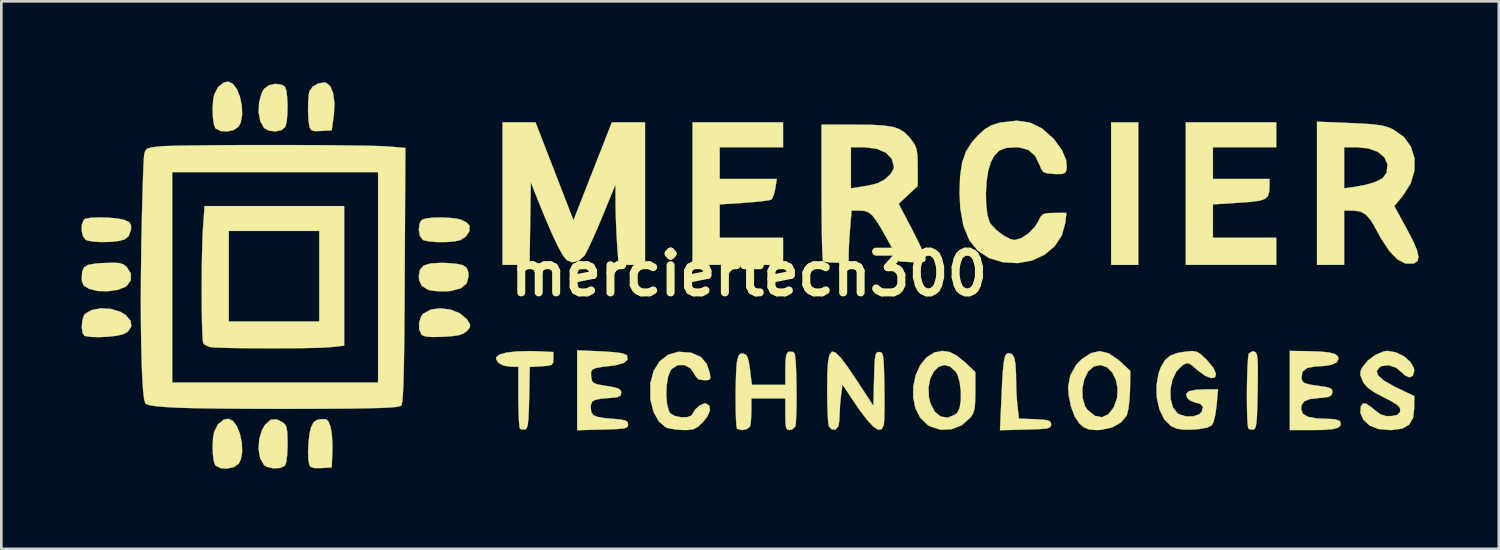
<source format=kicad_pcb>
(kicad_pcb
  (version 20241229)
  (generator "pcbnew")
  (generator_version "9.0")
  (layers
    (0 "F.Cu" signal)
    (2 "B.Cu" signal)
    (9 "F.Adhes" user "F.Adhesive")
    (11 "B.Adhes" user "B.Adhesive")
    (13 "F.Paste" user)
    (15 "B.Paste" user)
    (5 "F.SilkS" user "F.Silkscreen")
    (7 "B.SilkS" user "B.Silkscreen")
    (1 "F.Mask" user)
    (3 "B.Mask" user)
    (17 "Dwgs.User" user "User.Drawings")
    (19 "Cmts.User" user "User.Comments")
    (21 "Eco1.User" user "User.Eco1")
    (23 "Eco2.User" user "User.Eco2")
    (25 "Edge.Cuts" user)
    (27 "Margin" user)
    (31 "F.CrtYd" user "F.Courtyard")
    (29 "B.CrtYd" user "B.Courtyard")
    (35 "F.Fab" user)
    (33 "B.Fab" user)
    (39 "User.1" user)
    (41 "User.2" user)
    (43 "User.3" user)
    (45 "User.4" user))
  (footprint "merciertech300"
    (layer "F.Cu")
    (at 24.984 7.202)
    (property "Reference" "merciertech300" (at 0 0 0) (layer "F.SilkS") (effects (font (size 1.524 1.524) (thickness 0.3))))
    (attr through_hole)
    (fp_poly (pts (xy 14.563 -0.339) (xy 13.547 -0.339) (xy 13.547 -5.673) (xy 14.563 -5.673) (xy 14.563 -0.339)) (stroke (width 0.01) (type solid)) (fill yes) (layer "F.SilkS"))
    (fp_poly (pts (xy 19.727 -4.741) (xy 17.357 -4.741) (xy 17.357 -3.556) (xy 19.473 -3.556) (xy 19.473 -3.296) (xy 19.463 -3.07) (xy 19.414 -2.912) (xy 19.3 -2.807) (xy 19.094 -2.74) (xy 18.77 -2.697) (xy 18.332 -2.665) (xy 17.357 -2.604) (xy 17.357 -1.355) (xy 19.727 -1.355) (xy 19.727 -0.339) (xy 16.341 -0.339) (xy 16.341 -5.673) (xy 19.727 -5.673) (xy 19.727 -4.741)) (stroke (width 0.01) (type solid)) (fill yes) (layer "F.SilkS"))
    (fp_poly (pts (xy 1.27 -4.741) (xy -1.101 -4.741) (xy -1.101 -3.556) (xy 1.038 -3.556) (xy 0.981 -3.199) (xy 0.924 -2.964) (xy 0.851 -2.806) (xy 0.826 -2.781) (xy 0.706 -2.752) (xy 0.456 -2.718) (xy 0.116 -2.685) (xy -0.186 -2.662) (xy -1.101 -2.603) (xy -1.101 -1.355) (xy 1.27 -1.355) (xy 1.27 -0.339) (xy -2.117 -0.339) (xy -2.117 -5.673) (xy 1.27 -5.673) (xy 1.27 -4.741)) (stroke (width 0.01) (type solid)) (fill yes) (layer "F.SilkS"))
    (fp_poly (pts (xy -23.877 1.309) (xy -23.526 1.417) (xy -23.334 1.532) (xy -23.145 1.752) (xy -23.117 1.969) (xy -23.248 2.157) (xy -23.408 2.248) (xy -23.637 2.307) (xy -23.96 2.347) (xy -24.312 2.364) (xy -24.631 2.357) (xy -24.854 2.321) (xy -24.871 2.315) (xy -24.946 2.204) (xy -24.974 1.998) (xy -24.956 1.761) (xy -24.894 1.559) (xy -24.847 1.491) (xy -24.594 1.345) (xy -24.252 1.285) (xy -23.877 1.309)) (stroke (width 0.01) (type solid)) (fill yes) (layer "F.SilkS"))
    (fp_poly (pts (xy -19.32 -7.119) (xy -19.169 -6.915) (xy -19.053 -6.626) (xy -18.984 -6.294) (xy -18.972 -5.96) (xy -19.025 -5.667) (xy -19.097 -5.522) (xy -19.274 -5.392) (xy -19.527 -5.332) (xy -19.783 -5.349) (xy -19.971 -5.448) (xy -19.977 -5.456) (xy -20.033 -5.61) (xy -20.067 -5.874) (xy -20.077 -6.187) (xy -20.06 -6.489) (xy -20.02 -6.709) (xy -19.872 -6.995) (xy -19.655 -7.165) (xy -19.498 -7.197) (xy -19.32 -7.119)) (stroke (width 0.01) (type solid)) (fill yes) (layer "F.SilkS"))
    (fp_poly (pts (xy -19.32 5.496) (xy -19.169 5.7) (xy -19.053 5.989) (xy -18.984 6.321) (xy -18.972 6.655) (xy -19.025 6.949) (xy -19.097 7.093) (xy -19.274 7.224) (xy -19.527 7.283) (xy -19.783 7.266) (xy -19.971 7.167) (xy -19.977 7.16) (xy -20.033 7.005) (xy -20.067 6.742) (xy -20.077 6.429) (xy -20.06 6.126) (xy -20.02 5.907) (xy -19.872 5.62) (xy -19.655 5.451) (xy -19.498 5.419) (xy -19.32 5.496)) (stroke (width 0.01) (type solid)) (fill yes) (layer "F.SilkS"))
    (fp_poly (pts (xy -17.481 -7.079) (xy -17.374 -7.01) (xy -17.321 -6.873) (xy -17.287 -6.619) (xy -17.273 -6.303) (xy -17.28 -5.977) (xy -17.307 -5.694) (xy -17.356 -5.505) (xy -17.36 -5.498) (xy -17.508 -5.378) (xy -17.739 -5.333) (xy -17.983 -5.367) (xy -18.152 -5.464) (xy -18.292 -5.709) (xy -18.355 -6.046) (xy -18.339 -6.416) (xy -18.245 -6.761) (xy -18.156 -6.924) (xy -17.973 -7.061) (xy -17.723 -7.115) (xy -17.481 -7.079)) (stroke (width 0.01) (type solid)) (fill yes) (layer "F.SilkS"))
    (fp_poly (pts (xy -17.46 5.55) (xy -17.366 5.633) (xy -17.31 5.747) (xy -17.282 5.933) (xy -17.273 6.232) (xy -17.272 6.38) (xy -17.285 6.77) (xy -17.321 7.047) (xy -17.374 7.18) (xy -17.555 7.262) (xy -17.806 7.275) (xy -18.044 7.22) (xy -18.152 7.152) (xy -18.298 6.899) (xy -18.358 6.557) (xy -18.334 6.182) (xy -18.226 5.83) (xy -18.11 5.639) (xy -17.903 5.457) (xy -17.681 5.439) (xy -17.46 5.55)) (stroke (width 0.01) (type solid)) (fill yes) (layer "F.SilkS"))
    (fp_poly (pts (xy -15.825 -7.152) (xy -15.668 -7.018) (xy -15.564 -6.754) (xy -15.518 -6.392) (xy -15.538 -5.963) (xy -15.545 -5.909) (xy -15.621 -5.376) (xy -16.012 -5.351) (xy -16.256 -5.345) (xy -16.383 -5.382) (xy -16.444 -5.482) (xy -16.456 -5.52) (xy -16.49 -5.752) (xy -16.505 -6.078) (xy -16.502 -6.423) (xy -16.48 -6.714) (xy -16.459 -6.827) (xy -16.335 -7.008) (xy -16.117 -7.133) (xy -15.879 -7.164) (xy -15.825 -7.152)) (stroke (width 0.01) (type solid)) (fill yes) (layer "F.SilkS"))
    (fp_poly (pts (xy -15.748 5.506) (xy -15.673 5.695) (xy -15.663 5.731) (xy -15.617 5.986) (xy -15.593 6.331) (xy -15.594 6.646) (xy -15.621 7.239) (xy -16.012 7.264) (xy -16.274 7.265) (xy -16.412 7.217) (xy -16.457 7.152) (xy -16.496 6.937) (xy -16.505 6.621) (xy -16.487 6.268) (xy -16.445 5.943) (xy -16.399 5.757) (xy -16.301 5.55) (xy -16.16 5.457) (xy -16.028 5.435) (xy -15.848 5.434) (xy -15.748 5.506)) (stroke (width 0.01) (type solid)) (fill yes) (layer "F.SilkS"))
    (fp_poly (pts (xy -11.346 -0.411) (xy -10.958 -0.382) (xy -10.709 -0.328) (xy -10.57 -0.23) (xy -10.51 -0.07) (xy -10.5 0.093) (xy -10.572 0.357) (xy -10.79 0.537) (xy -11.157 0.635) (xy -11.327 0.65) (xy -11.635 0.649) (xy -11.904 0.619) (xy -12.02 0.588) (xy -12.249 0.444) (xy -12.348 0.235) (xy -12.36 0.077) (xy -12.32 -0.156) (xy -12.183 -0.31) (xy -11.931 -0.393) (xy -11.543 -0.416) (xy -11.346 -0.411)) (stroke (width 0.01) (type solid)) (fill yes) (layer "F.SilkS"))
    (fp_poly (pts (xy -11.178 1.333) (xy -10.831 1.469) (xy -10.57 1.685) (xy -10.534 1.734) (xy -10.441 1.898) (xy -10.452 2.007) (xy -10.566 2.137) (xy -10.692 2.232) (xy -10.866 2.293) (xy -11.134 2.33) (xy -11.447 2.351) (xy -11.85 2.361) (xy -12.108 2.34) (xy -12.246 2.286) (xy -12.255 2.277) (xy -12.348 2.076) (xy -12.35 1.816) (xy -12.267 1.574) (xy -12.195 1.485) (xy -11.913 1.333) (xy -11.556 1.285) (xy -11.178 1.333)) (stroke (width 0.01) (type solid)) (fill yes) (layer "F.SilkS"))
    (fp_poly (pts (xy -23.978 -2.107) (xy -23.647 -2.077) (xy -23.398 -2.029) (xy -23.376 -2.022) (xy -23.191 -1.935) (xy -23.127 -1.812) (xy -23.131 -1.664) (xy -23.219 -1.413) (xy -23.368 -1.294) (xy -23.579 -1.235) (xy -23.887 -1.201) (xy -24.231 -1.192) (xy -24.549 -1.21) (xy -24.782 -1.256) (xy -24.828 -1.277) (xy -24.932 -1.415) (xy -24.979 -1.631) (xy -24.968 -1.857) (xy -24.897 -2.026) (xy -24.843 -2.065) (xy -24.639 -2.103) (xy -24.33 -2.116) (xy -23.978 -2.107)) (stroke (width 0.01) (type solid)) (fill yes) (layer "F.SilkS"))
    (fp_poly (pts (xy -23.57 -0.408) (xy -23.425 -0.365) (xy -23.313 -0.283) (xy -23.292 -0.263) (xy -23.138 -0.017) (xy -23.136 0.231) (xy -23.286 0.444) (xy -23.333 0.479) (xy -23.621 0.594) (xy -23.993 0.648) (xy -24.376 0.638) (xy -24.695 0.559) (xy -24.701 0.556) (xy -24.893 0.441) (xy -24.967 0.288) (xy -24.975 0.152) (xy -24.958 -0.09) (xy -24.887 -0.248) (xy -24.733 -0.34) (xy -24.465 -0.389) (xy -24.142 -0.41) (xy -23.794 -0.42) (xy -23.57 -0.408)) (stroke (width 0.01) (type solid)) (fill yes) (layer "F.SilkS"))
    (fp_poly (pts (xy -11.202 -2.1) (xy -10.908 -2.062) (xy -10.772 -2.026) (xy -10.576 -1.926) (xy -10.464 -1.811) (xy -10.463 -1.808) (xy -10.467 -1.606) (xy -10.594 -1.405) (xy -10.806 -1.266) (xy -11.031 -1.217) (xy -11.343 -1.193) (xy -11.68 -1.193) (xy -11.983 -1.218) (xy -12.19 -1.265) (xy -12.213 -1.277) (xy -12.319 -1.423) (xy -12.361 -1.65) (xy -12.334 -1.88) (xy -12.26 -2.015) (xy -12.117 -2.072) (xy -11.858 -2.105) (xy -11.535 -2.114) (xy -11.202 -2.1)) (stroke (width 0.01) (type solid)) (fill yes) (layer "F.SilkS"))
    (fp_poly (pts (xy 18.917 2.907) (xy 18.967 2.944) (xy 19.003 3.027) (xy 19.025 3.179) (xy 19.037 3.424) (xy 19.038 3.787) (xy 19.032 4.292) (xy 19.031 4.379) (xy 19.02 4.909) (xy 19.006 5.294) (xy 18.987 5.554) (xy 18.959 5.714) (xy 18.921 5.796) (xy 18.877 5.823) (xy 18.726 5.812) (xy 18.686 5.788) (xy 18.662 5.682) (xy 18.644 5.442) (xy 18.634 5.104) (xy 18.629 4.704) (xy 18.63 4.276) (xy 18.638 3.857) (xy 18.651 3.481) (xy 18.669 3.186) (xy 18.693 3.005) (xy 18.704 2.972) (xy 18.836 2.896) (xy 18.917 2.907)) (stroke (width 0.01) (type solid)) (fill yes) (layer "F.SilkS"))
    (fp_poly (pts (xy 9.846 3.003) (xy 9.924 3.136) (xy 9.969 3.386) (xy 9.989 3.775) (xy 9.99 3.937) (xy 9.999 4.322) (xy 10.022 4.714) (xy 10.045 4.971) (xy 10.098 5.412) (xy 10.701 5.436) (xy 11.016 5.454) (xy 11.198 5.483) (xy 11.281 5.535) (xy 11.303 5.62) (xy 11.303 5.63) (xy 11.292 5.704) (xy 11.238 5.754) (xy 11.114 5.786) (xy 10.89 5.805) (xy 10.538 5.819) (xy 10.346 5.824) (xy 9.388 5.848) (xy 9.44 4.681) (xy 9.467 4.097) (xy 9.493 3.662) (xy 9.522 3.353) (xy 9.557 3.15) (xy 9.602 3.032) (xy 9.659 2.976) (xy 9.731 2.963) (xy 9.846 3.003)) (stroke (width 0.01) (type solid)) (fill yes) (layer "F.SilkS"))
    (fp_poly (pts (xy -7.916 2.894) (xy -7.324 2.921) (xy -7.324 3.175) (xy -7.333 3.324) (xy -7.391 3.402) (xy -7.539 3.438) (xy -7.766 3.455) (xy -8.208 3.48) (xy -8.231 4.639) (xy -8.244 5.113) (xy -8.261 5.444) (xy -8.286 5.655) (xy -8.322 5.771) (xy -8.373 5.819) (xy -8.386 5.823) (xy -8.537 5.812) (xy -8.577 5.788) (xy -8.599 5.686) (xy -8.617 5.448) (xy -8.63 5.106) (xy -8.636 4.696) (xy -8.636 4.6) (xy -8.636 3.471) (xy -8.916 3.471) (xy -9.188 3.431) (xy -9.385 3.326) (xy -9.47 3.183) (xy -9.459 3.109) (xy -9.339 3.014) (xy -9.075 2.942) (xy -8.693 2.898) (xy -8.219 2.886) (xy -7.916 2.894)) (stroke (width 0.01) (type solid)) (fill yes) (layer "F.SilkS"))
    (fp_poly (pts (xy -3.895 -5.673) (xy -3.895 -0.339) (xy -4.885 -0.339) (xy -4.94 -1.114) (xy -4.967 -1.581) (xy -4.988 -2.099) (xy -4.997 -2.564) (xy -4.998 -2.617) (xy -5 -3.344) (xy -5.506 -2.117) (xy -5.691 -1.676) (xy -5.868 -1.277) (xy -6.02 -0.953) (xy -6.132 -0.735) (xy -6.168 -0.677) (xy -6.38 -0.492) (xy -6.618 -0.436) (xy -6.827 -0.518) (xy -6.965 -0.691) (xy -7.148 -1.02) (xy -7.375 -1.498) (xy -7.642 -2.118) (xy -7.797 -2.498) (xy -8.17 -3.429) (xy -8.193 -1.884) (xy -8.216 -0.339) (xy -9.229 -0.339) (xy -9.229 -5.673) (xy -7.993 -5.673) (xy -6.573 -2.01) (xy -5.855 -3.841) (xy -5.137 -5.673) (xy -4.516 -5.673) (xy -3.895 -5.673)) (stroke (width 0.01) (type solid)) (fill yes) (layer "F.SilkS"))
    (fp_poly (pts (xy -15.155 2.685) (xy -15.676 2.74) (xy -15.91 2.755) (xy -16.267 2.767) (xy -16.718 2.776) (xy -17.233 2.781) (xy -17.784 2.783) (xy -18.341 2.782) (xy -18.875 2.778) (xy -19.357 2.771) (xy -19.756 2.761) (xy -20.045 2.748) (xy -20.193 2.732) (xy -20.362 2.653) (xy -20.425 2.594) (xy -20.445 2.479) (xy -20.461 2.223) (xy -20.474 1.853) (xy -20.482 1.396) (xy -20.486 0.88) (xy -20.486 0.332) (xy -20.482 -0.22) (xy -20.473 -0.748) (xy -20.46 -1.226) (xy -20.444 -1.609) (xy -19.473 -1.609) (xy -19.473 1.778) (xy -16.087 1.778) (xy -16.087 -1.609) (xy -19.473 -1.609) (xy -20.444 -1.609) (xy -20.443 -1.625) (xy -20.434 -1.765) (xy -20.379 -2.54) (xy -15.155 -2.54) (xy -15.155 2.685)) (stroke (width 0.01) (type solid)) (fill yes) (layer "F.SilkS"))
    (fp_poly (pts (xy 13.46 2.971) (xy 13.819 3.215) (xy 13.913 3.3) (xy 14.266 3.63) (xy 14.254 4.346) (xy 14.234 4.721) (xy 14.193 5.051) (xy 14.138 5.278) (xy 14.127 5.304) (xy 13.919 5.557) (xy 13.589 5.74) (xy 13.178 5.834) (xy 13.011 5.842) (xy 12.723 5.821) (xy 12.52 5.737) (xy 12.366 5.605) (xy 12.184 5.335) (xy 12.041 4.953) (xy 11.955 4.516) (xy 11.941 4.281) (xy 12.472 4.281) (xy 12.479 4.639) (xy 12.574 4.954) (xy 12.669 5.093) (xy 12.941 5.31) (xy 13.206 5.361) (xy 13.45 5.246) (xy 13.646 4.989) (xy 13.769 4.644) (xy 13.791 4.293) (xy 13.726 3.964) (xy 13.589 3.687) (xy 13.394 3.493) (xy 13.155 3.41) (xy 12.907 3.458) (xy 12.693 3.64) (xy 12.546 3.932) (xy 12.472 4.281) (xy 11.941 4.281) (xy 11.938 4.226) (xy 12.017 3.8) (xy 12.237 3.405) (xy 12.441 3.192) (xy 12.792 2.961) (xy 13.124 2.887) (xy 13.46 2.971)) (stroke (width 0.01) (type solid)) (fill yes) (layer "F.SilkS"))
    (fp_poly (pts (xy 20.892 2.889) (xy 21.378 2.905) (xy 21.717 2.94) (xy 21.929 2.998) (xy 22.034 3.086) (xy 22.056 3.175) (xy 21.994 3.307) (xy 21.8 3.397) (xy 21.461 3.448) (xy 21.198 3.461) (xy 20.881 3.518) (xy 20.706 3.665) (xy 20.672 3.904) (xy 20.673 3.911) (xy 20.707 4.018) (xy 20.796 4.088) (xy 20.979 4.138) (xy 21.277 4.184) (xy 21.581 4.23) (xy 21.751 4.276) (xy 21.822 4.339) (xy 21.827 4.434) (xy 21.827 4.438) (xy 21.788 4.543) (xy 21.679 4.602) (xy 21.46 4.633) (xy 21.339 4.641) (xy 20.987 4.681) (xy 20.775 4.765) (xy 20.676 4.909) (xy 20.659 5.05) (xy 20.719 5.227) (xy 20.907 5.343) (xy 21.236 5.405) (xy 21.586 5.419) (xy 21.913 5.436) (xy 22.088 5.491) (xy 22.125 5.535) (xy 22.136 5.663) (xy 22.046 5.752) (xy 21.836 5.808) (xy 21.488 5.836) (xy 21.107 5.842) (xy 20.235 5.842) (xy 20.235 2.879) (xy 20.892 2.889)) (stroke (width 0.01) (type solid)) (fill yes) (layer "F.SilkS"))
    (fp_poly (pts (xy 7.505 2.919) (xy 7.773 3.056) (xy 8.085 3.311) (xy 8.149 3.372) (xy 8.467 3.675) (xy 8.467 4.408) (xy 8.46 4.788) (xy 8.435 5.043) (xy 8.383 5.218) (xy 8.295 5.36) (xy 8.29 5.367) (xy 7.966 5.656) (xy 7.577 5.813) (xy 7.163 5.831) (xy 6.766 5.702) (xy 6.68 5.65) (xy 6.4 5.377) (xy 6.222 5.024) (xy 6.139 4.621) (xy 6.144 4.237) (xy 6.714 4.237) (xy 6.729 4.604) (xy 6.785 4.842) (xy 6.948 5.156) (xy 7.175 5.338) (xy 7.439 5.376) (xy 7.71 5.261) (xy 7.789 5.195) (xy 7.878 5.016) (xy 7.922 4.729) (xy 7.922 4.39) (xy 7.88 4.054) (xy 7.798 3.775) (xy 7.739 3.668) (xy 7.519 3.464) (xy 7.297 3.407) (xy 7.089 3.477) (xy 6.911 3.652) (xy 6.78 3.913) (xy 6.714 4.237) (xy 6.144 4.237) (xy 6.144 4.2) (xy 6.233 3.79) (xy 6.397 3.423) (xy 6.632 3.128) (xy 6.931 2.937) (xy 7.24 2.879) (xy 7.505 2.919)) (stroke (width 0.01) (type solid)) (fill yes) (layer "F.SilkS"))
    (fp_poly (pts (xy -5.538 2.896) (xy -5.088 2.924) (xy -4.787 2.962) (xy -4.617 3.014) (xy -4.567 3.056) (xy -4.548 3.207) (xy -4.687 3.328) (xy -4.978 3.412) (xy -5.124 3.433) (xy -5.499 3.479) (xy -5.735 3.522) (xy -5.863 3.578) (xy -5.913 3.66) (xy -5.915 3.786) (xy -5.911 3.834) (xy -5.888 3.981) (xy -5.83 4.07) (xy -5.696 4.126) (xy -5.448 4.174) (xy -5.334 4.191) (xy -5.033 4.245) (xy -4.865 4.301) (xy -4.794 4.376) (xy -4.784 4.445) (xy -4.812 4.553) (xy -4.926 4.61) (xy -5.165 4.637) (xy -5.529 4.666) (xy -5.756 4.71) (xy -5.877 4.785) (xy -5.922 4.905) (xy -5.927 4.992) (xy -5.908 5.166) (xy -5.832 5.281) (xy -5.667 5.352) (xy -5.383 5.397) (xy -5.122 5.419) (xy -4.81 5.446) (xy -4.63 5.483) (xy -4.549 5.54) (xy -4.53 5.63) (xy -4.53 5.63) (xy -4.541 5.704) (xy -4.595 5.754) (xy -4.719 5.786) (xy -4.944 5.805) (xy -5.297 5.819) (xy -5.482 5.824) (xy -6.435 5.848) (xy -6.435 2.856) (xy -5.538 2.896)) (stroke (width 0.01) (type solid)) (fill yes) (layer "F.SilkS"))
    (fp_poly (pts (xy 1.644 2.919) (xy 1.701 2.972) (xy 1.726 3.095) (xy 1.747 3.35) (xy 1.763 3.699) (xy 1.772 4.107) (xy 1.776 4.535) (xy 1.774 4.947) (xy 1.765 5.305) (xy 1.749 5.572) (xy 1.727 5.708) (xy 1.609 5.821) (xy 1.515 5.842) (xy 1.43 5.824) (xy 1.382 5.744) (xy 1.36 5.568) (xy 1.355 5.26) (xy 1.355 5.249) (xy 1.355 4.657) (xy 0.085 4.657) (xy 0.085 5.115) (xy 0.076 5.399) (xy 0.052 5.627) (xy 0.033 5.708) (xy -0.081 5.807) (xy -0.266 5.844) (xy -0.43 5.803) (xy -0.452 5.786) (xy -0.474 5.681) (xy -0.491 5.445) (xy -0.501 5.113) (xy -0.506 4.724) (xy -0.504 4.313) (xy -0.495 3.919) (xy -0.481 3.577) (xy -0.46 3.326) (xy -0.453 3.276) (xy -0.401 3.065) (xy -0.321 2.982) (xy -0.221 2.98) (xy -0.122 3.017) (xy -0.055 3.119) (xy -0.006 3.323) (xy 0.031 3.577) (xy 0.104 4.149) (xy 1.355 4.149) (xy 1.355 3.553) (xy 1.363 3.222) (xy 1.394 3.024) (xy 1.454 2.926) (xy 1.49 2.906) (xy 1.644 2.919)) (stroke (width 0.01) (type solid)) (fill yes) (layer "F.SilkS"))
    (fp_poly (pts (xy 3.24 2.947) (xy 3.435 3.143) (xy 3.695 3.489) (xy 4.029 3.985) (xy 4.075 4.055) (xy 4.651 4.935) (xy 4.675 3.928) (xy 4.687 3.501) (xy 4.702 3.215) (xy 4.727 3.043) (xy 4.765 2.955) (xy 4.824 2.924) (xy 4.868 2.921) (xy 4.934 2.93) (xy 4.98 2.974) (xy 5.012 3.077) (xy 5.033 3.266) (xy 5.047 3.564) (xy 5.058 3.998) (xy 5.062 4.191) (xy 5.067 4.652) (xy 5.066 5.066) (xy 5.059 5.395) (xy 5.046 5.606) (xy 5.039 5.652) (xy 4.961 5.809) (xy 4.832 5.832) (xy 4.65 5.714) (xy 4.408 5.454) (xy 4.102 5.046) (xy 3.89 4.735) (xy 3.495 4.141) (xy 3.441 4.538) (xy 3.407 4.862) (xy 3.388 5.18) (xy 3.387 5.254) (xy 3.373 5.502) (xy 3.341 5.691) (xy 3.335 5.708) (xy 3.224 5.827) (xy 3.081 5.813) (xy 2.982 5.694) (xy 2.96 5.559) (xy 2.942 5.29) (xy 2.929 4.92) (xy 2.922 4.484) (xy 2.921 4.301) (xy 2.928 3.713) (xy 2.954 3.285) (xy 3.008 3.016) (xy 3.101 2.904) (xy 3.24 2.947)) (stroke (width 0.01) (type solid)) (fill yes) (layer "F.SilkS"))
    (fp_poly (pts (xy -2.188 2.945) (xy -2.13 2.96) (xy -1.799 3.111) (xy -1.584 3.369) (xy -1.472 3.709) (xy -1.448 3.894) (xy -1.505 3.967) (xy -1.685 3.979) (xy -1.685 3.979) (xy -1.898 3.943) (xy -2.015 3.809) (xy -2.03 3.773) (xy -2.191 3.534) (xy -2.418 3.411) (xy -2.665 3.411) (xy -2.884 3.544) (xy -2.94 3.616) (xy -3.033 3.85) (xy -3.086 4.173) (xy -3.099 4.529) (xy -3.072 4.864) (xy -3.004 5.123) (xy -2.943 5.221) (xy -2.774 5.316) (xy -2.546 5.363) (xy -2.321 5.358) (xy -2.164 5.3) (xy -2.133 5.256) (xy -2.019 5.07) (xy -1.843 4.915) (xy -1.667 4.842) (xy -1.625 4.843) (xy -1.484 4.933) (xy -1.465 5.108) (xy -1.564 5.337) (xy -1.72 5.535) (xy -1.91 5.717) (xy -2.079 5.808) (xy -2.303 5.839) (xy -2.465 5.841) (xy -2.767 5.821) (xy -3.03 5.771) (xy -3.128 5.735) (xy -3.381 5.518) (xy -3.573 5.172) (xy -3.687 4.73) (xy -3.698 4.639) (xy -3.695 4.09) (xy -3.574 3.628) (xy -3.349 3.268) (xy -3.033 3.024) (xy -2.642 2.912) (xy -2.188 2.945)) (stroke (width 0.01) (type solid)) (fill yes) (layer "F.SilkS"))
    (fp_poly (pts (xy 22.487 -5.648) (xy 22.995 -5.625) (xy 23.369 -5.597) (xy 23.645 -5.56) (xy 23.857 -5.509) (xy 24.04 -5.439) (xy 24.115 -5.403) (xy 24.505 -5.124) (xy 24.768 -4.756) (xy 24.901 -4.326) (xy 24.898 -3.861) (xy 24.758 -3.39) (xy 24.474 -2.938) (xy 24.472 -2.936) (xy 24.144 -2.539) (xy 24.603 -1.703) (xy 24.846 -1.237) (xy 24.994 -0.891) (xy 25.051 -0.649) (xy 25.02 -0.492) (xy 24.903 -0.405) (xy 24.856 -0.39) (xy 24.559 -0.39) (xy 24.263 -0.544) (xy 23.961 -0.854) (xy 23.65 -1.326) (xy 23.484 -1.633) (xy 23.276 -1.996) (xy 23.081 -2.222) (xy 22.868 -2.338) (xy 22.606 -2.371) (xy 22.267 -2.371) (xy 22.267 -0.339) (xy 21.251 -0.339) (xy 21.251 -3.207) (xy 22.267 -3.207) (xy 22.669 -3.26) (xy 23.007 -3.322) (xy 23.348 -3.413) (xy 23.425 -3.439) (xy 23.705 -3.583) (xy 23.851 -3.776) (xy 23.858 -3.794) (xy 23.89 -4.101) (xy 23.773 -4.365) (xy 23.526 -4.57) (xy 23.165 -4.7) (xy 22.754 -4.741) (xy 22.267 -4.741) (xy 22.267 -3.207) (xy 21.251 -3.207) (xy 21.251 -5.699) (xy 22.487 -5.648)) (stroke (width 0.01) (type solid)) (fill yes) (layer "F.SilkS"))
    (fp_poly (pts (xy 24.209 2.935) (xy 24.508 3.083) (xy 24.746 3.289) (xy 24.878 3.521) (xy 24.892 3.616) (xy 24.841 3.808) (xy 24.71 3.869) (xy 24.537 3.793) (xy 24.439 3.695) (xy 24.203 3.503) (xy 23.927 3.416) (xy 23.668 3.449) (xy 23.59 3.494) (xy 23.487 3.638) (xy 23.54 3.802) (xy 23.754 3.99) (xy 24.131 4.206) (xy 24.256 4.267) (xy 24.892 4.569) (xy 24.892 4.998) (xy 24.847 5.381) (xy 24.701 5.64) (xy 24.439 5.788) (xy 24.045 5.841) (xy 23.986 5.842) (xy 23.549 5.802) (xy 23.224 5.676) (xy 23.222 5.675) (xy 22.993 5.464) (xy 22.875 5.205) (xy 22.891 4.953) (xy 22.966 4.847) (xy 23.088 4.854) (xy 23.28 4.981) (xy 23.403 5.085) (xy 23.634 5.256) (xy 23.845 5.32) (xy 24.02 5.318) (xy 24.245 5.278) (xy 24.347 5.188) (xy 24.367 5.113) (xy 24.354 5.011) (xy 24.265 4.909) (xy 24.073 4.785) (xy 23.751 4.618) (xy 23.747 4.616) (xy 23.394 4.429) (xy 23.165 4.269) (xy 23.02 4.109) (xy 22.962 4.005) (xy 22.877 3.796) (xy 22.877 3.646) (xy 22.95 3.489) (xy 23.158 3.235) (xy 23.447 3.024) (xy 23.751 2.897) (xy 23.894 2.879) (xy 24.209 2.935)) (stroke (width 0.01) (type solid)) (fill yes) (layer "F.SilkS"))
    (fp_poly (pts (xy 16.739 2.906) (xy 16.889 2.995) (xy 17.083 3.175) (xy 17.146 3.238) (xy 17.38 3.522) (xy 17.47 3.738) (xy 17.436 3.87) (xy 17.295 3.9) (xy 17.066 3.813) (xy 16.767 3.591) (xy 16.764 3.589) (xy 16.565 3.415) (xy 16.438 3.341) (xy 16.333 3.352) (xy 16.207 3.426) (xy 15.987 3.651) (xy 15.84 3.965) (xy 15.768 4.322) (xy 15.774 4.679) (xy 15.86 4.99) (xy 16.031 5.213) (xy 16.09 5.251) (xy 16.35 5.331) (xy 16.623 5.328) (xy 16.847 5.249) (xy 16.938 5.156) (xy 16.985 4.976) (xy 16.886 4.863) (xy 16.688 4.812) (xy 16.49 4.73) (xy 16.392 4.633) (xy 16.354 4.487) (xy 16.461 4.388) (xy 16.718 4.334) (xy 17.051 4.319) (xy 17.55 4.318) (xy 17.493 4.931) (xy 17.445 5.279) (xy 17.378 5.543) (xy 17.312 5.669) (xy 17.141 5.75) (xy 16.833 5.806) (xy 16.616 5.823) (xy 16.262 5.827) (xy 16.016 5.792) (xy 15.819 5.708) (xy 15.782 5.686) (xy 15.534 5.439) (xy 15.357 5.076) (xy 15.258 4.641) (xy 15.244 4.176) (xy 15.322 3.722) (xy 15.404 3.499) (xy 15.56 3.228) (xy 15.758 3.055) (xy 16.044 2.953) (xy 16.343 2.905) (xy 16.577 2.884) (xy 16.739 2.906)) (stroke (width 0.01) (type solid)) (fill yes) (layer "F.SilkS"))
    (fp_poly (pts (xy 10.521 -5.662) (xy 10.97 -5.44) (xy 11.39 -5.063) (xy 11.419 -5.03) (xy 11.705 -4.638) (xy 11.865 -4.265) (xy 11.887 -3.939) (xy 11.877 -3.893) (xy 11.828 -3.789) (xy 11.72 -3.742) (xy 11.507 -3.737) (xy 11.405 -3.742) (xy 11.148 -3.766) (xy 11.007 -3.82) (xy 10.926 -3.936) (xy 10.884 -4.05) (xy 10.703 -4.42) (xy 10.447 -4.643) (xy 10.097 -4.737) (xy 9.976 -4.741) (xy 9.604 -4.714) (xy 9.349 -4.611) (xy 9.163 -4.406) (xy 9.045 -4.178) (xy 8.949 -3.863) (xy 8.888 -3.461) (xy 8.862 -3.021) (xy 8.872 -2.59) (xy 8.918 -2.213) (xy 8.999 -1.938) (xy 9.038 -1.873) (xy 9.253 -1.642) (xy 9.519 -1.44) (xy 9.778 -1.305) (xy 9.934 -1.27) (xy 10.184 -1.339) (xy 10.455 -1.518) (xy 10.694 -1.765) (xy 10.818 -1.966) (xy 10.912 -2.149) (xy 11.014 -2.243) (xy 11.178 -2.278) (xy 11.42 -2.284) (xy 11.875 -2.286) (xy 11.833 -1.912) (xy 11.7 -1.437) (xy 11.432 -1.034) (xy 11.052 -0.717) (xy 10.584 -0.503) (xy 10.053 -0.406) (xy 9.51 -0.436) (xy 8.979 -0.594) (xy 8.556 -0.871) (xy 8.237 -1.27) (xy 8.02 -1.797) (xy 7.901 -2.457) (xy 7.874 -3.048) (xy 7.896 -3.672) (xy 7.971 -4.167) (xy 8.109 -4.569) (xy 8.322 -4.915) (xy 8.545 -5.166) (xy 8.812 -5.41) (xy 9.052 -5.557) (xy 9.335 -5.649) (xy 9.431 -5.671) (xy 10.017 -5.736) (xy 10.521 -5.662)) (stroke (width 0.01) (type solid)) (fill yes) (layer "F.SilkS"))
    (fp_poly (pts (xy 4.576 -5.582) (xy 5.025 -5.557) (xy 5.362 -5.507) (xy 5.617 -5.422) (xy 5.817 -5.296) (xy 5.993 -5.12) (xy 6.08 -5.011) (xy 6.194 -4.845) (xy 6.262 -4.681) (xy 6.296 -4.47) (xy 6.307 -4.159) (xy 6.308 -4.001) (xy 6.308 -3.29) (xy 5.595 -2.625) (xy 6.1 -1.665) (xy 6.291 -1.29) (xy 6.449 -0.959) (xy 6.558 -0.707) (xy 6.604 -0.566) (xy 6.604 -0.56) (xy 6.579 -0.478) (xy 6.48 -0.439) (xy 6.268 -0.434) (xy 6.117 -0.44) (xy 5.63 -0.466) (xy 5.197 -1.251) (xy 4.952 -1.686) (xy 4.763 -1.992) (xy 4.609 -2.191) (xy 4.468 -2.306) (xy 4.321 -2.358) (xy 4.148 -2.371) (xy 3.835 -2.371) (xy 3.78 -1.723) (xy 3.753 -1.356) (xy 3.733 -1.01) (xy 3.725 -0.756) (xy 3.725 -0.749) (xy 3.725 -0.423) (xy 3.274 -0.423) (xy 3.01 -0.433) (xy 2.821 -0.458) (xy 2.766 -0.48) (xy 2.752 -0.576) (xy 2.739 -0.819) (xy 2.728 -1.19) (xy 2.719 -1.665) (xy 2.713 -2.225) (xy 2.71 -2.846) (xy 2.709 -3.062) (xy 2.709 -4.741) (xy 3.81 -4.741) (xy 3.81 -3.207) (xy 4.212 -3.266) (xy 4.503 -3.319) (xy 4.758 -3.381) (xy 4.826 -3.404) (xy 5.086 -3.546) (xy 5.296 -3.741) (xy 5.41 -3.941) (xy 5.419 -4) (xy 5.342 -4.303) (xy 5.124 -4.534) (xy 4.778 -4.683) (xy 4.322 -4.741) (xy 4.28 -4.741) (xy 3.81 -4.741) (xy 2.709 -4.741) (xy 2.709 -5.588) (xy 3.988 -5.588) (xy 4.576 -5.582)) (stroke (width 0.01) (type solid)) (fill yes) (layer "F.SilkS"))
    (fp_poly (pts (xy -17.481 -4.824) (xy -16.711 -4.822) (xy -15.973 -4.819) (xy -15.287 -4.813) (xy -14.677 -4.805) (xy -14.164 -4.796) (xy -13.771 -4.785) (xy -13.52 -4.771) (xy -13.514 -4.771) (xy -12.864 -4.716) (xy -12.888 0.051) (xy -12.894 1.116) (xy -12.901 2.023) (xy -12.909 2.782) (xy -12.919 3.407) (xy -12.93 3.906) (xy -12.944 4.293) (xy -12.96 4.577) (xy -12.979 4.771) (xy -13.001 4.885) (xy -13.021 4.927) (xy -13.085 4.955) (xy -13.223 4.979) (xy -13.449 4.998) (xy -13.775 5.013) (xy -14.215 5.025) (xy -14.781 5.035) (xy -15.486 5.041) (xy -16.343 5.046) (xy -16.661 5.047) (xy -17.474 5.048) (xy -18.28 5.047) (xy -19.053 5.043) (xy -19.767 5.037) (xy -20.397 5.029) (xy -20.916 5.019) (xy -21.297 5.008) (xy -21.36 5.006) (xy -21.871 4.978) (xy -22.231 4.945) (xy -22.461 4.906) (xy -22.58 4.857) (xy -22.601 4.835) (xy -22.641 4.683) (xy -22.677 4.376) (xy -22.707 3.932) (xy -22.731 3.363) (xy -22.749 2.687) (xy -22.76 1.917) (xy -22.764 1.07) (xy -22.76 0.16) (xy -22.749 -0.797) (xy -22.744 -1.143) (xy -22.729 -1.856) (xy -22.714 -2.525) (xy -22.697 -3.128) (xy -22.681 -3.644) (xy -22.674 -3.81) (xy -21.59 -3.81) (xy -21.59 4.064) (xy -13.885 4.064) (xy -13.885 -3.81) (xy -21.59 -3.81) (xy -22.674 -3.81) (xy -22.665 -4.052) (xy -22.651 -4.331) (xy -22.639 -4.455) (xy -22.602 -4.602) (xy -22.529 -4.687) (xy -22.379 -4.734) (xy -22.107 -4.769) (xy -22.078 -4.772) (xy -21.862 -4.786) (xy -21.5 -4.797) (xy -21.012 -4.806) (xy -20.422 -4.814) (xy -19.752 -4.819) (xy -19.023 -4.823) (xy -18.259 -4.824) (xy -17.481 -4.824)) (stroke (width 0.01) (type solid)) (fill yes) (layer "F.SilkS")))
  (gr_rect
    (start -3 -3)
    (end 53.04 17.49)
    (stroke (width 0.1) (type default))
    (fill no)
    (layer "Edge.Cuts")))
</source>
